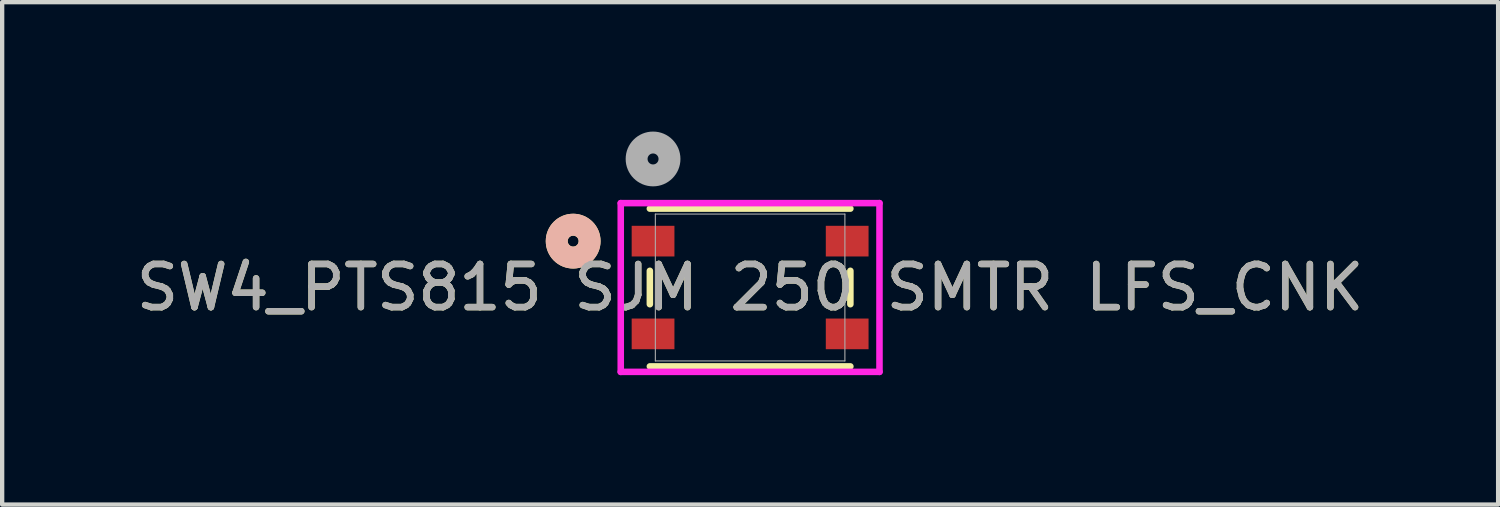
<source format=kicad_pcb>
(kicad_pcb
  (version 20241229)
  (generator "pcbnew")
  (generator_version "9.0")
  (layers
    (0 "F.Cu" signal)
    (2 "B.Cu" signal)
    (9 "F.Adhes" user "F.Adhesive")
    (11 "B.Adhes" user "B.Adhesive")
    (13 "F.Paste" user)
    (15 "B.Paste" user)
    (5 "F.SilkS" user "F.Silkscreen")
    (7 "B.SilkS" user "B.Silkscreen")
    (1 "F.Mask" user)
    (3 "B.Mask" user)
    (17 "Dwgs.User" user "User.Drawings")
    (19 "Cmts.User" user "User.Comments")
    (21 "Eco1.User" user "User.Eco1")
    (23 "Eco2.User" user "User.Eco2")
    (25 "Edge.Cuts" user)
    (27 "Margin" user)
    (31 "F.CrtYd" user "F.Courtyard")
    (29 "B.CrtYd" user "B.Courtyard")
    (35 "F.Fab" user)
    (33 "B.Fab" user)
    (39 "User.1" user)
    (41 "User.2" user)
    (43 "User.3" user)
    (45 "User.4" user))
  (footprint "SW4_PTS815 SJM 250 SMTR LFS_CNK"
    (layer "F.Cu")
    (at 14.339 3.615)
    (property "Reference" "SW4_PTS815 SJM 250 SMTR LFS_CNK" (at 0 0 0) (unlocked yes) (layer "F.SilkS") (effects (font (size 1 1) (thickness 0.15))))
    (attr smd)
    (fp_line (start -2.324 -0.387) (end -2.324 0.387) (stroke (width 0.152) (type solid)) (layer "F.SilkS"))
    (fp_line (start -2.324 1.829) (end 2.324 1.829) (stroke (width 0.152) (type solid)) (layer "F.SilkS"))
    (fp_line (start 2.324 -1.829) (end -2.324 -1.829) (stroke (width 0.152) (type solid)) (layer "F.SilkS"))
    (fp_line (start 2.324 0.387) (end 2.324 -0.387) (stroke (width 0.152) (type solid)) (layer "F.SilkS"))
    (fp_circle (center -4.102 -1.075) (end -3.721 -1.075) (stroke (width 0.508) (type solid)) (fill no) (layer "F.SilkS"))
    (fp_circle (center -4.102 -1.075) (end -3.721 -1.075) (stroke (width 0.508) (type solid)) (fill no) (layer "B.SilkS"))
    (fp_line (start -2.999 -1.956) (end -2.999 1.956) (stroke (width 0.152) (type solid)) (layer "F.CrtYd"))
    (fp_line (start -2.999 1.956) (end 2.999 1.956) (stroke (width 0.152) (type solid)) (layer "F.CrtYd"))
    (fp_line (start 2.999 -1.956) (end -2.999 -1.956) (stroke (width 0.152) (type solid)) (layer "F.CrtYd"))
    (fp_line (start 2.999 1.956) (end 2.999 -1.956) (stroke (width 0.152) (type solid)) (layer "F.CrtYd"))
    (fp_line (start -2.197 -1.702) (end -2.197 1.702) (stroke (width 0.025) (type solid)) (layer "F.Fab"))
    (fp_line (start -2.197 1.702) (end 2.197 1.702) (stroke (width 0.025) (type solid)) (layer "F.Fab"))
    (fp_line (start 2.197 -1.702) (end -2.197 -1.702) (stroke (width 0.025) (type solid)) (layer "F.Fab"))
    (fp_line (start 2.197 1.702) (end 2.197 -1.702) (stroke (width 0.025) (type solid)) (layer "F.Fab"))
    (fp_circle (center -2.25 -2.98) (end -1.869 -2.98) (stroke (width 0.508) (type solid)) (fill no) (layer "F.Fab"))
    (fp_text user "${REFERENCE}" (at 0 0 0) (unlocked yes) (layer "F.Fab") (effects (font (size 1 1) (thickness 0.15))))
    (pad "1" smd rect (at -2.25 -1.075) (size 0.991 0.711) (layers "F.Cu" "F.Mask" "F.Paste"))
    (pad "2" smd rect (at 2.25 -1.075) (size 0.991 0.711) (layers "F.Cu" "F.Mask" "F.Paste"))
    (pad "3" smd rect (at -2.25 1.075) (size 0.991 0.711) (layers "F.Cu" "F.Mask" "F.Paste"))
    (pad "4" smd rect (at 2.25 1.075) (size 0.991 0.711) (layers "F.Cu" "F.Mask" "F.Paste")))
  (gr_rect
    (start -3 -3)
    (end 31.679 8.647)
    (stroke (width 0.1) (type default))
    (fill no)
    (layer "Edge.Cuts")))
</source>
